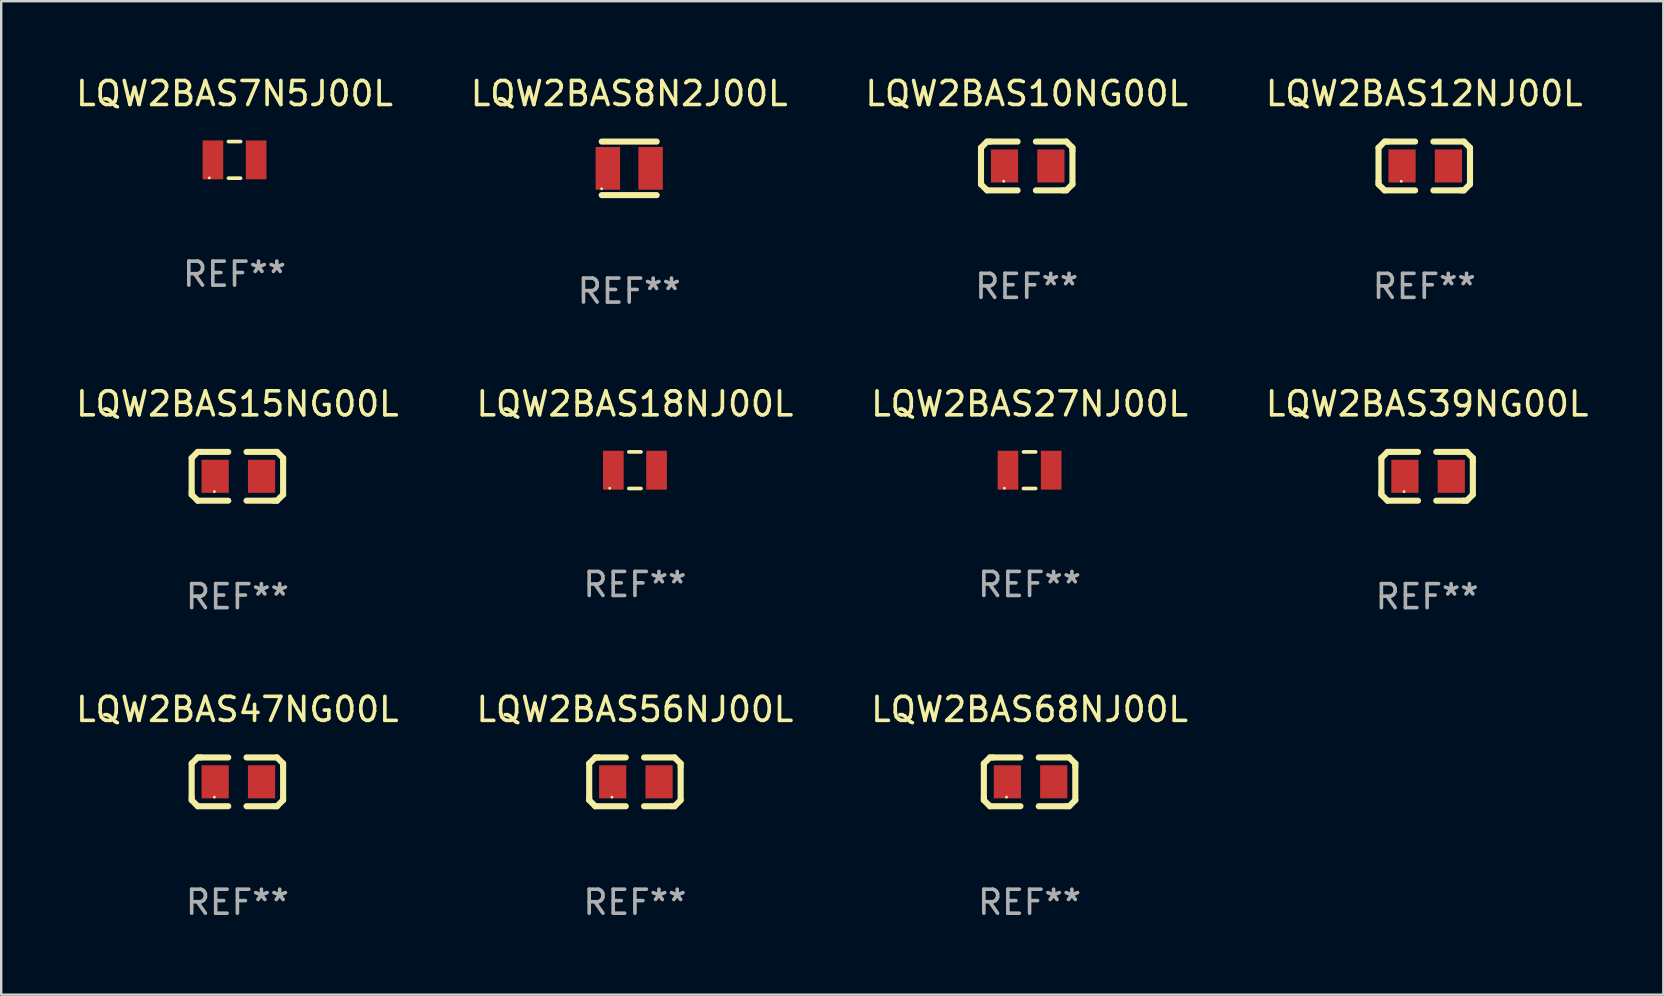
<source format=kicad_pcb>
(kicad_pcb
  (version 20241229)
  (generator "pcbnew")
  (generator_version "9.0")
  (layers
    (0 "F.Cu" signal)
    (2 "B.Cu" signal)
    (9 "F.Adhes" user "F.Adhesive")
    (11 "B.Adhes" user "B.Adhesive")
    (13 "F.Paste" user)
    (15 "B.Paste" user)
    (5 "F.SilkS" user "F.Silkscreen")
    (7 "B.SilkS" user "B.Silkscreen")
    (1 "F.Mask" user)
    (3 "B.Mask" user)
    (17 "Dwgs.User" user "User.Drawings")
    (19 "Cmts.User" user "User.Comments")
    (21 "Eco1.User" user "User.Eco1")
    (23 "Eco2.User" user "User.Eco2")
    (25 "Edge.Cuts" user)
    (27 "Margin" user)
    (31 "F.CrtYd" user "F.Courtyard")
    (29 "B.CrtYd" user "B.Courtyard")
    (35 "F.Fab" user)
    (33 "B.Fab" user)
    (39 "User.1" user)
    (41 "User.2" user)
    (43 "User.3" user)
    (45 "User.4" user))
  (footprint "LQW2BAS18NJ00L"
    (layer "F.Cu")
    (at 23.399 16.537)
    (property "Reference" "LQW2BAS18NJ00L" (at 0 -2.762 0) (layer "F.SilkS") (effects (font (size 1 1) (thickness 0.15))))
    (attr through_hole)
    (fp_line (start -0.254 -0.762) (end 0.254 -0.762) (stroke (width 0.152) (type solid)) (layer "F.SilkS"))
    (fp_line (start -0.254 0.762) (end 0.254 0.762) (stroke (width 0.152) (type solid)) (layer "F.SilkS"))
    (fp_circle (center -1.05 0.75) (end -1.02 0.75) (stroke (width 0.06) (type solid)) (fill no) (layer "F.SilkS"))
    (fp_text user "REF**" (at 0 4.762 0) (layer "F.Fab") (effects (font (size 1 1) (thickness 0.15))))
    (pad "1" smd rect (at -0.9 0) (size 0.86 1.62) (layers "F.Cu" "F.Mask" "F.Paste"))
    (pad "2" smd rect (at 0.9 0) (size 0.86 1.62) (layers "F.Cu" "F.Mask" "F.Paste")))
  (footprint "LQW2BAS7N5J00L"
    (layer "F.Cu")
    (at 6.72 3.61)
    (property "Reference" "LQW2BAS7N5J00L" (at 0 -2.762 0) (layer "F.SilkS") (effects (font (size 1 1) (thickness 0.15))))
    (attr through_hole)
    (fp_line (start -0.254 -0.762) (end 0.254 -0.762) (stroke (width 0.152) (type solid)) (layer "F.SilkS"))
    (fp_line (start -0.254 0.762) (end 0.254 0.762) (stroke (width 0.152) (type solid)) (layer "F.SilkS"))
    (fp_circle (center -1.05 0.75) (end -1.02 0.75) (stroke (width 0.06) (type solid)) (fill no) (layer "F.SilkS"))
    (fp_text user "REF**" (at 0 4.762 0) (layer "F.Fab") (effects (font (size 1 1) (thickness 0.15))))
    (pad "1" smd rect (at -0.9 0) (size 0.86 1.62) (layers "F.Cu" "F.Mask" "F.Paste"))
    (pad "2" smd rect (at 0.9 0) (size 0.86 1.62) (layers "F.Cu" "F.Mask" "F.Paste")))
  (footprint "LQW2BAS8N2J00L"
    (layer "F.Cu")
    (at 23.161 3.963)
    (property "Reference" "LQW2BAS8N2J00L" (at 0 -3.115 0) (layer "F.SilkS") (effects (font (size 1 1) (thickness 0.15))))
    (attr through_hole)
    (fp_line (start -1.145 -1.115) (end 1.145 -1.115) (stroke (width 0.254) (type solid)) (layer "F.SilkS"))
    (fp_line (start -1.145 1.115) (end 1.145 1.115) (stroke (width 0.254) (type solid)) (layer "F.SilkS"))
    (fp_circle (center -1.15 0.85) (end -1.12 0.85) (stroke (width 0.06) (type solid)) (fill no) (layer "F.SilkS"))
    (fp_text user "REF**" (at 0 5.115 0) (layer "F.Fab") (effects (font (size 1 1) (thickness 0.15))))
    (pad "1" smd rect (at -0.89 0 90) (size 1.78 1.02) (layers "F.Cu" "F.Mask" "F.Paste"))
    (pad "2" smd rect (at 0.89 0 90) (size 1.78 1.02) (layers "F.Cu" "F.Mask" "F.Paste")))
  (footprint "LQW2BAS68NJ00L"
    (layer "F.Cu")
    (at 39.839 29.519)
    (property "Reference" "LQW2BAS68NJ00L" (at 0 -3.016 0) (layer "F.SilkS") (effects (font (size 1 1) (thickness 0.15))))
    (attr through_hole)
    (fp_line (start -1.905 -0.762) (end -1.905 0.635) (stroke (width 0.254) (type solid)) (layer "F.SilkS"))
    (fp_line (start -1.905 0.635) (end -1.905 0.762) (stroke (width 0.254) (type solid)) (layer "F.SilkS"))
    (fp_line (start -1.905 0.762) (end -1.651 1.016) (stroke (width 0.254) (type solid)) (layer "F.SilkS"))
    (fp_line (start -1.651 -1.016) (end -1.905 -0.762) (stroke (width 0.254) (type solid)) (layer "F.SilkS"))
    (fp_line (start -1.651 1.016) (end -0.381 1.016) (stroke (width 0.254) (type solid)) (layer "F.SilkS"))
    (fp_line (start -1.524 -1.016) (end -1.651 -1.016) (stroke (width 0.254) (type solid)) (layer "F.SilkS"))
    (fp_line (start -0.381 -1.016) (end -1.524 -1.016) (stroke (width 0.254) (type solid)) (layer "F.SilkS"))
    (fp_line (start 0.381 1.016) (end 1.524 1.016) (stroke (width 0.254) (type solid)) (layer "F.SilkS"))
    (fp_line (start 1.524 1.016) (end 1.651 1.016) (stroke (width 0.254) (type solid)) (layer "F.SilkS"))
    (fp_line (start 1.651 -1.016) (end 0.381 -1.016) (stroke (width 0.254) (type solid)) (layer "F.SilkS"))
    (fp_line (start 1.651 1.016) (end 1.905 0.762) (stroke (width 0.254) (type solid)) (layer "F.SilkS"))
    (fp_line (start 1.905 -0.762) (end 1.651 -1.016) (stroke (width 0.254) (type solid)) (layer "F.SilkS"))
    (fp_line (start 1.905 -0.635) (end 1.905 -0.762) (stroke (width 0.254) (type solid)) (layer "F.SilkS"))
    (fp_line (start 1.905 0.762) (end 1.905 -0.635) (stroke (width 0.254) (type solid)) (layer "F.SilkS"))
    (fp_circle (center -0.96 0.637) (end -0.93 0.637) (stroke (width 0.06) (type solid)) (fill no) (layer "F.SilkS"))
    (fp_text user "REF**" (at 0 5.016 0) (layer "F.Fab") (effects (font (size 1 1) (thickness 0.15))))
    (pad "1" smd rect (at -0.926 -0.000051) (size 1.133 1.377) (layers "F.Cu" "F.Mask" "F.Paste"))
    (pad "2" smd rect (at 1.006 -0.000051) (size 1.133 1.377) (layers "F.Cu" "F.Mask" "F.Paste")))
  (footprint "LQW2BAS39NG00L"
    (layer "F.Cu")
    (at 56.399 16.791)
    (property "Reference" "LQW2BAS39NG00L" (at 0 -3.016 0) (layer "F.SilkS") (effects (font (size 1 1) (thickness 0.15))))
    (attr through_hole)
    (fp_line (start -1.905 -0.762) (end -1.905 0.635) (stroke (width 0.254) (type solid)) (layer "F.SilkS"))
    (fp_line (start -1.905 0.635) (end -1.905 0.762) (stroke (width 0.254) (type solid)) (layer "F.SilkS"))
    (fp_line (start -1.905 0.762) (end -1.651 1.016) (stroke (width 0.254) (type solid)) (layer "F.SilkS"))
    (fp_line (start -1.651 -1.016) (end -1.905 -0.762) (stroke (width 0.254) (type solid)) (layer "F.SilkS"))
    (fp_line (start -1.651 1.016) (end -0.381 1.016) (stroke (width 0.254) (type solid)) (layer "F.SilkS"))
    (fp_line (start -1.524 -1.016) (end -1.651 -1.016) (stroke (width 0.254) (type solid)) (layer "F.SilkS"))
    (fp_line (start -0.381 -1.016) (end -1.524 -1.016) (stroke (width 0.254) (type solid)) (layer "F.SilkS"))
    (fp_line (start 0.381 1.016) (end 1.524 1.016) (stroke (width 0.254) (type solid)) (layer "F.SilkS"))
    (fp_line (start 1.524 1.016) (end 1.651 1.016) (stroke (width 0.254) (type solid)) (layer "F.SilkS"))
    (fp_line (start 1.651 -1.016) (end 0.381 -1.016) (stroke (width 0.254) (type solid)) (layer "F.SilkS"))
    (fp_line (start 1.651 1.016) (end 1.905 0.762) (stroke (width 0.254) (type solid)) (layer "F.SilkS"))
    (fp_line (start 1.905 -0.762) (end 1.651 -1.016) (stroke (width 0.254) (type solid)) (layer "F.SilkS"))
    (fp_line (start 1.905 -0.635) (end 1.905 -0.762) (stroke (width 0.254) (type solid)) (layer "F.SilkS"))
    (fp_line (start 1.905 0.762) (end 1.905 -0.635) (stroke (width 0.254) (type solid)) (layer "F.SilkS"))
    (fp_circle (center -0.96 0.637) (end -0.93 0.637) (stroke (width 0.06) (type solid)) (fill no) (layer "F.SilkS"))
    (fp_text user "REF**" (at 0 5.016 0) (layer "F.Fab") (effects (font (size 1 1) (thickness 0.15))))
    (pad "1" smd rect (at -0.926 -0.000051) (size 1.133 1.377) (layers "F.Cu" "F.Mask" "F.Paste"))
    (pad "2" smd rect (at 1.006 -0.000051) (size 1.133 1.377) (layers "F.Cu" "F.Mask" "F.Paste")))
  (footprint "LQW2BAS15NG00L"
    (layer "F.Cu")
    (at 6.839 16.791)
    (property "Reference" "LQW2BAS15NG00L" (at 0 -3.016 0) (layer "F.SilkS") (effects (font (size 1 1) (thickness 0.15))))
    (attr through_hole)
    (fp_line (start -1.905 -0.762) (end -1.905 0.635) (stroke (width 0.254) (type solid)) (layer "F.SilkS"))
    (fp_line (start -1.905 0.635) (end -1.905 0.762) (stroke (width 0.254) (type solid)) (layer "F.SilkS"))
    (fp_line (start -1.905 0.762) (end -1.651 1.016) (stroke (width 0.254) (type solid)) (layer "F.SilkS"))
    (fp_line (start -1.651 -1.016) (end -1.905 -0.762) (stroke (width 0.254) (type solid)) (layer "F.SilkS"))
    (fp_line (start -1.651 1.016) (end -0.381 1.016) (stroke (width 0.254) (type solid)) (layer "F.SilkS"))
    (fp_line (start -1.524 -1.016) (end -1.651 -1.016) (stroke (width 0.254) (type solid)) (layer "F.SilkS"))
    (fp_line (start -0.381 -1.016) (end -1.524 -1.016) (stroke (width 0.254) (type solid)) (layer "F.SilkS"))
    (fp_line (start 0.381 1.016) (end 1.524 1.016) (stroke (width 0.254) (type solid)) (layer "F.SilkS"))
    (fp_line (start 1.524 1.016) (end 1.651 1.016) (stroke (width 0.254) (type solid)) (layer "F.SilkS"))
    (fp_line (start 1.651 -1.016) (end 0.381 -1.016) (stroke (width 0.254) (type solid)) (layer "F.SilkS"))
    (fp_line (start 1.651 1.016) (end 1.905 0.762) (stroke (width 0.254) (type solid)) (layer "F.SilkS"))
    (fp_line (start 1.905 -0.762) (end 1.651 -1.016) (stroke (width 0.254) (type solid)) (layer "F.SilkS"))
    (fp_line (start 1.905 -0.635) (end 1.905 -0.762) (stroke (width 0.254) (type solid)) (layer "F.SilkS"))
    (fp_line (start 1.905 0.762) (end 1.905 -0.635) (stroke (width 0.254) (type solid)) (layer "F.SilkS"))
    (fp_circle (center -0.96 0.637) (end -0.93 0.637) (stroke (width 0.06) (type solid)) (fill no) (layer "F.SilkS"))
    (fp_text user "REF**" (at 0 5.016 0) (layer "F.Fab") (effects (font (size 1 1) (thickness 0.15))))
    (pad "1" smd rect (at -0.926 -0.000051) (size 1.133 1.377) (layers "F.Cu" "F.Mask" "F.Paste"))
    (pad "2" smd rect (at 1.006 -0.000051) (size 1.133 1.377) (layers "F.Cu" "F.Mask" "F.Paste")))
  (footprint "LQW2BAS47NG00L"
    (layer "F.Cu")
    (at 6.839 29.519)
    (property "Reference" "LQW2BAS47NG00L" (at 0 -3.016 0) (layer "F.SilkS") (effects (font (size 1 1) (thickness 0.15))))
    (attr through_hole)
    (fp_line (start -1.905 -0.762) (end -1.905 0.635) (stroke (width 0.254) (type solid)) (layer "F.SilkS"))
    (fp_line (start -1.905 0.635) (end -1.905 0.762) (stroke (width 0.254) (type solid)) (layer "F.SilkS"))
    (fp_line (start -1.905 0.762) (end -1.651 1.016) (stroke (width 0.254) (type solid)) (layer "F.SilkS"))
    (fp_line (start -1.651 -1.016) (end -1.905 -0.762) (stroke (width 0.254) (type solid)) (layer "F.SilkS"))
    (fp_line (start -1.651 1.016) (end -0.381 1.016) (stroke (width 0.254) (type solid)) (layer "F.SilkS"))
    (fp_line (start -1.524 -1.016) (end -1.651 -1.016) (stroke (width 0.254) (type solid)) (layer "F.SilkS"))
    (fp_line (start -0.381 -1.016) (end -1.524 -1.016) (stroke (width 0.254) (type solid)) (layer "F.SilkS"))
    (fp_line (start 0.381 1.016) (end 1.524 1.016) (stroke (width 0.254) (type solid)) (layer "F.SilkS"))
    (fp_line (start 1.524 1.016) (end 1.651 1.016) (stroke (width 0.254) (type solid)) (layer "F.SilkS"))
    (fp_line (start 1.651 -1.016) (end 0.381 -1.016) (stroke (width 0.254) (type solid)) (layer "F.SilkS"))
    (fp_line (start 1.651 1.016) (end 1.905 0.762) (stroke (width 0.254) (type solid)) (layer "F.SilkS"))
    (fp_line (start 1.905 -0.762) (end 1.651 -1.016) (stroke (width 0.254) (type solid)) (layer "F.SilkS"))
    (fp_line (start 1.905 -0.635) (end 1.905 -0.762) (stroke (width 0.254) (type solid)) (layer "F.SilkS"))
    (fp_line (start 1.905 0.762) (end 1.905 -0.635) (stroke (width 0.254) (type solid)) (layer "F.SilkS"))
    (fp_circle (center -0.96 0.637) (end -0.93 0.637) (stroke (width 0.06) (type solid)) (fill no) (layer "F.SilkS"))
    (fp_text user "REF**" (at 0 5.016 0) (layer "F.Fab") (effects (font (size 1 1) (thickness 0.15))))
    (pad "1" smd rect (at -0.926 -0.000051) (size 1.133 1.377) (layers "F.Cu" "F.Mask" "F.Paste"))
    (pad "2" smd rect (at 1.006 -0.000051) (size 1.133 1.377) (layers "F.Cu" "F.Mask" "F.Paste")))
  (footprint "LQW2BAS56NJ00L"
    (layer "F.Cu")
    (at 23.399 29.519)
    (property "Reference" "LQW2BAS56NJ00L" (at 0 -3.016 0) (layer "F.SilkS") (effects (font (size 1 1) (thickness 0.15))))
    (attr through_hole)
    (fp_line (start -1.905 -0.762) (end -1.905 0.635) (stroke (width 0.254) (type solid)) (layer "F.SilkS"))
    (fp_line (start -1.905 0.635) (end -1.905 0.762) (stroke (width 0.254) (type solid)) (layer "F.SilkS"))
    (fp_line (start -1.905 0.762) (end -1.651 1.016) (stroke (width 0.254) (type solid)) (layer "F.SilkS"))
    (fp_line (start -1.651 -1.016) (end -1.905 -0.762) (stroke (width 0.254) (type solid)) (layer "F.SilkS"))
    (fp_line (start -1.651 1.016) (end -0.381 1.016) (stroke (width 0.254) (type solid)) (layer "F.SilkS"))
    (fp_line (start -1.524 -1.016) (end -1.651 -1.016) (stroke (width 0.254) (type solid)) (layer "F.SilkS"))
    (fp_line (start -0.381 -1.016) (end -1.524 -1.016) (stroke (width 0.254) (type solid)) (layer "F.SilkS"))
    (fp_line (start 0.381 1.016) (end 1.524 1.016) (stroke (width 0.254) (type solid)) (layer "F.SilkS"))
    (fp_line (start 1.524 1.016) (end 1.651 1.016) (stroke (width 0.254) (type solid)) (layer "F.SilkS"))
    (fp_line (start 1.651 -1.016) (end 0.381 -1.016) (stroke (width 0.254) (type solid)) (layer "F.SilkS"))
    (fp_line (start 1.651 1.016) (end 1.905 0.762) (stroke (width 0.254) (type solid)) (layer "F.SilkS"))
    (fp_line (start 1.905 -0.762) (end 1.651 -1.016) (stroke (width 0.254) (type solid)) (layer "F.SilkS"))
    (fp_line (start 1.905 -0.635) (end 1.905 -0.762) (stroke (width 0.254) (type solid)) (layer "F.SilkS"))
    (fp_line (start 1.905 0.762) (end 1.905 -0.635) (stroke (width 0.254) (type solid)) (layer "F.SilkS"))
    (fp_circle (center -0.96 0.637) (end -0.93 0.637) (stroke (width 0.06) (type solid)) (fill no) (layer "F.SilkS"))
    (fp_text user "REF**" (at 0 5.016 0) (layer "F.Fab") (effects (font (size 1 1) (thickness 0.15))))
    (pad "1" smd rect (at -0.926 -0.000051) (size 1.133 1.377) (layers "F.Cu" "F.Mask" "F.Paste"))
    (pad "2" smd rect (at 1.006 -0.000051) (size 1.133 1.377) (layers "F.Cu" "F.Mask" "F.Paste")))
  (footprint "LQW2BAS12NJ00L"
    (layer "F.Cu")
    (at 56.28 3.864)
    (property "Reference" "LQW2BAS12NJ00L" (at 0 -3.016 0) (layer "F.SilkS") (effects (font (size 1 1) (thickness 0.15))))
    (attr through_hole)
    (fp_line (start -1.905 -0.762) (end -1.905 0.635) (stroke (width 0.254) (type solid)) (layer "F.SilkS"))
    (fp_line (start -1.905 0.635) (end -1.905 0.762) (stroke (width 0.254) (type solid)) (layer "F.SilkS"))
    (fp_line (start -1.905 0.762) (end -1.651 1.016) (stroke (width 0.254) (type solid)) (layer "F.SilkS"))
    (fp_line (start -1.651 -1.016) (end -1.905 -0.762) (stroke (width 0.254) (type solid)) (layer "F.SilkS"))
    (fp_line (start -1.651 1.016) (end -0.381 1.016) (stroke (width 0.254) (type solid)) (layer "F.SilkS"))
    (fp_line (start -1.524 -1.016) (end -1.651 -1.016) (stroke (width 0.254) (type solid)) (layer "F.SilkS"))
    (fp_line (start -0.381 -1.016) (end -1.524 -1.016) (stroke (width 0.254) (type solid)) (layer "F.SilkS"))
    (fp_line (start 0.381 1.016) (end 1.524 1.016) (stroke (width 0.254) (type solid)) (layer "F.SilkS"))
    (fp_line (start 1.524 1.016) (end 1.651 1.016) (stroke (width 0.254) (type solid)) (layer "F.SilkS"))
    (fp_line (start 1.651 -1.016) (end 0.381 -1.016) (stroke (width 0.254) (type solid)) (layer "F.SilkS"))
    (fp_line (start 1.651 1.016) (end 1.905 0.762) (stroke (width 0.254) (type solid)) (layer "F.SilkS"))
    (fp_line (start 1.905 -0.762) (end 1.651 -1.016) (stroke (width 0.254) (type solid)) (layer "F.SilkS"))
    (fp_line (start 1.905 -0.635) (end 1.905 -0.762) (stroke (width 0.254) (type solid)) (layer "F.SilkS"))
    (fp_line (start 1.905 0.762) (end 1.905 -0.635) (stroke (width 0.254) (type solid)) (layer "F.SilkS"))
    (fp_circle (center -0.96 0.637) (end -0.93 0.637) (stroke (width 0.06) (type solid)) (fill no) (layer "F.SilkS"))
    (fp_text user "REF**" (at 0 5.016 0) (layer "F.Fab") (effects (font (size 1 1) (thickness 0.15))))
    (pad "1" smd rect (at -0.926 -0.000051) (size 1.133 1.377) (layers "F.Cu" "F.Mask" "F.Paste"))
    (pad "2" smd rect (at 1.006 -0.000051) (size 1.133 1.377) (layers "F.Cu" "F.Mask" "F.Paste")))
  (footprint "LQW2BAS10NG00L"
    (layer "F.Cu")
    (at 39.72 3.864)
    (property "Reference" "LQW2BAS10NG00L" (at 0 -3.016 0) (layer "F.SilkS") (effects (font (size 1 1) (thickness 0.15))))
    (attr through_hole)
    (fp_line (start -1.905 -0.762) (end -1.905 0.635) (stroke (width 0.254) (type solid)) (layer "F.SilkS"))
    (fp_line (start -1.905 0.635) (end -1.905 0.762) (stroke (width 0.254) (type solid)) (layer "F.SilkS"))
    (fp_line (start -1.905 0.762) (end -1.651 1.016) (stroke (width 0.254) (type solid)) (layer "F.SilkS"))
    (fp_line (start -1.651 -1.016) (end -1.905 -0.762) (stroke (width 0.254) (type solid)) (layer "F.SilkS"))
    (fp_line (start -1.651 1.016) (end -0.381 1.016) (stroke (width 0.254) (type solid)) (layer "F.SilkS"))
    (fp_line (start -1.524 -1.016) (end -1.651 -1.016) (stroke (width 0.254) (type solid)) (layer "F.SilkS"))
    (fp_line (start -0.381 -1.016) (end -1.524 -1.016) (stroke (width 0.254) (type solid)) (layer "F.SilkS"))
    (fp_line (start 0.381 1.016) (end 1.524 1.016) (stroke (width 0.254) (type solid)) (layer "F.SilkS"))
    (fp_line (start 1.524 1.016) (end 1.651 1.016) (stroke (width 0.254) (type solid)) (layer "F.SilkS"))
    (fp_line (start 1.651 -1.016) (end 0.381 -1.016) (stroke (width 0.254) (type solid)) (layer "F.SilkS"))
    (fp_line (start 1.651 1.016) (end 1.905 0.762) (stroke (width 0.254) (type solid)) (layer "F.SilkS"))
    (fp_line (start 1.905 -0.762) (end 1.651 -1.016) (stroke (width 0.254) (type solid)) (layer "F.SilkS"))
    (fp_line (start 1.905 -0.635) (end 1.905 -0.762) (stroke (width 0.254) (type solid)) (layer "F.SilkS"))
    (fp_line (start 1.905 0.762) (end 1.905 -0.635) (stroke (width 0.254) (type solid)) (layer "F.SilkS"))
    (fp_circle (center -0.96 0.637) (end -0.93 0.637) (stroke (width 0.06) (type solid)) (fill no) (layer "F.SilkS"))
    (fp_text user "REF**" (at 0 5.016 0) (layer "F.Fab") (effects (font (size 1 1) (thickness 0.15))))
    (pad "1" smd rect (at -0.926 -0.000051) (size 1.133 1.377) (layers "F.Cu" "F.Mask" "F.Paste"))
    (pad "2" smd rect (at 1.006 -0.000051) (size 1.133 1.377) (layers "F.Cu" "F.Mask" "F.Paste")))
  (footprint "LQW2BAS27NJ00L"
    (layer "F.Cu")
    (at 39.839 16.537)
    (property "Reference" "LQW2BAS27NJ00L" (at 0 -2.762 0) (layer "F.SilkS") (effects (font (size 1 1) (thickness 0.15))))
    (attr through_hole)
    (fp_line (start -0.254 -0.762) (end 0.254 -0.762) (stroke (width 0.152) (type solid)) (layer "F.SilkS"))
    (fp_line (start -0.254 0.762) (end 0.254 0.762) (stroke (width 0.152) (type solid)) (layer "F.SilkS"))
    (fp_circle (center -1.05 0.75) (end -1.02 0.75) (stroke (width 0.06) (type solid)) (fill no) (layer "F.SilkS"))
    (fp_text user "REF**" (at 0 4.762 0) (layer "F.Fab") (effects (font (size 1 1) (thickness 0.15))))
    (pad "1" smd rect (at -0.9 0) (size 0.86 1.62) (layers "F.Cu" "F.Mask" "F.Paste"))
    (pad "2" smd rect (at 0.9 0) (size 0.86 1.62) (layers "F.Cu" "F.Mask" "F.Paste")))
  (gr_rect
    (start -3 -3)
    (end 66.238 38.384)
    (stroke (width 0.1) (type default))
    (fill no)
    (layer "Edge.Cuts")))
</source>
